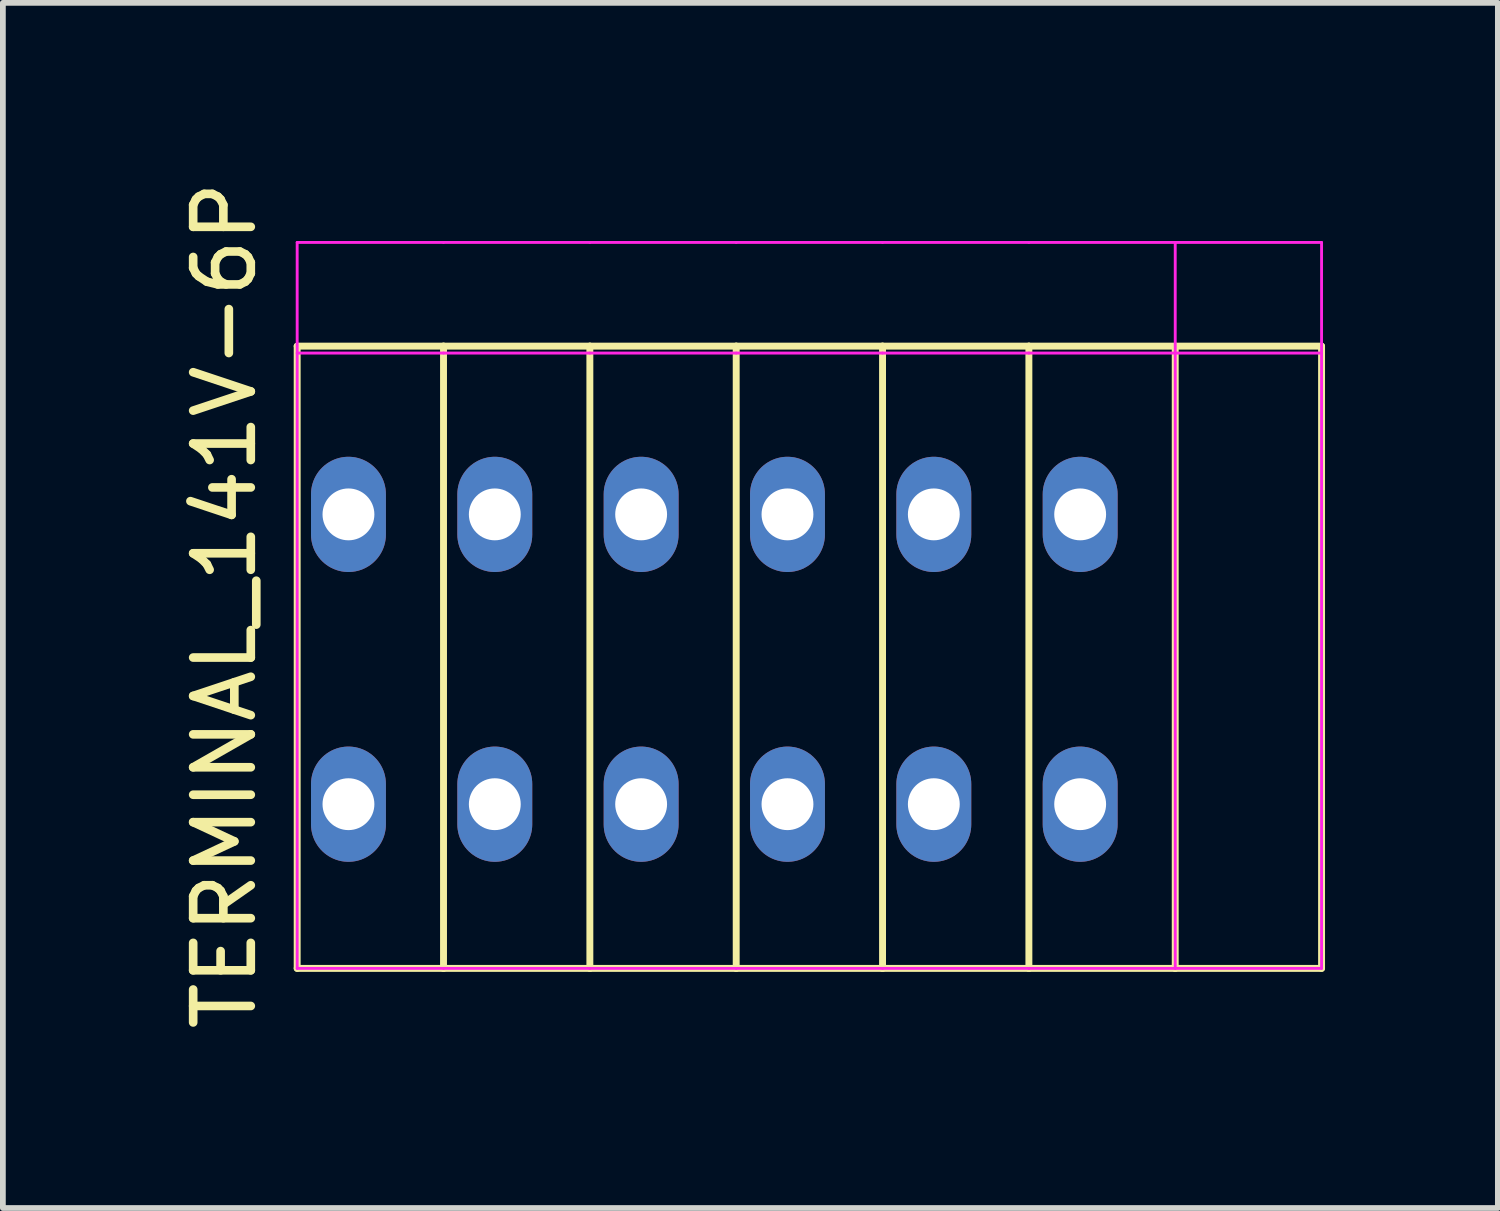
<source format=kicad_pcb>
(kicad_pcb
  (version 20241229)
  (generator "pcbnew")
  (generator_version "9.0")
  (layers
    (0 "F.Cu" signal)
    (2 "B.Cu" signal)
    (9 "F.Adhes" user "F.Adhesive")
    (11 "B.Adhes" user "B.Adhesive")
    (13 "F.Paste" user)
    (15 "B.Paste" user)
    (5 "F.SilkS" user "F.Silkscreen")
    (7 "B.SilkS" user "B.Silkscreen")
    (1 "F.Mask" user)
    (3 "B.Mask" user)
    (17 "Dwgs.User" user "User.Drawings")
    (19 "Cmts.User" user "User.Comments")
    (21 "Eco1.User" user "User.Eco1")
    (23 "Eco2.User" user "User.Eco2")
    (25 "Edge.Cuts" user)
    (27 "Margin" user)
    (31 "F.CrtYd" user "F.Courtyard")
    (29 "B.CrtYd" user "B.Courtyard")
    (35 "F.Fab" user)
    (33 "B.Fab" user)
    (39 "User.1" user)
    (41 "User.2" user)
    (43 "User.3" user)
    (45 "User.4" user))
  (footprint "TERMINAL_141V-6P"
    (layer "F.Cu")
    (at 2.998 10.958)
    (property "Reference" "TERMINAL_141V-6P" (at -2.15 -3.5 90) (layer "F.SilkS") (effects (font (size 1 1) (thickness 0.15))))
    (attr through_hole)
    (fp_line (start -0.89 -8) (end 1.65 -8) (stroke (width 0.12) (type solid)) (layer "F.SilkS"))
    (fp_line (start -0.89 2.8) (end -0.89 -8) (stroke (width 0.12) (type solid)) (layer "F.SilkS"))
    (fp_line (start -0.89 2.8) (end 1.65 2.8) (stroke (width 0.12) (type solid)) (layer "F.SilkS"))
    (fp_line (start 1.65 -8) (end 4.19 -8) (stroke (width 0.12) (type solid)) (layer "F.SilkS"))
    (fp_line (start 1.65 2.8) (end 1.65 -8) (stroke (width 0.12) (type solid)) (layer "F.SilkS"))
    (fp_line (start 1.65 2.8) (end 4.19 2.8) (stroke (width 0.12) (type solid)) (layer "F.SilkS"))
    (fp_line (start 4.19 -8) (end 6.73 -8) (stroke (width 0.12) (type solid)) (layer "F.SilkS"))
    (fp_line (start 4.19 2.8) (end 4.19 -8) (stroke (width 0.12) (type solid)) (layer "F.SilkS"))
    (fp_line (start 4.19 2.8) (end 6.73 2.8) (stroke (width 0.12) (type solid)) (layer "F.SilkS"))
    (fp_line (start 6.73 -8) (end 9.27 -8) (stroke (width 0.12) (type solid)) (layer "F.SilkS"))
    (fp_line (start 6.73 2.8) (end 6.73 -8) (stroke (width 0.12) (type solid)) (layer "F.SilkS"))
    (fp_line (start 6.73 2.8) (end 9.27 2.8) (stroke (width 0.12) (type solid)) (layer "F.SilkS"))
    (fp_line (start 9.27 -8) (end 11.81 -8) (stroke (width 0.12) (type solid)) (layer "F.SilkS"))
    (fp_line (start 9.27 2.8) (end 9.27 -8) (stroke (width 0.12) (type solid)) (layer "F.SilkS"))
    (fp_line (start 9.27 2.8) (end 11.81 2.8) (stroke (width 0.12) (type solid)) (layer "F.SilkS"))
    (fp_line (start 11.81 -8) (end 14.35 -8) (stroke (width 0.12) (type solid)) (layer "F.SilkS"))
    (fp_line (start 11.81 2.8) (end 11.81 -8) (stroke (width 0.12) (type solid)) (layer "F.SilkS"))
    (fp_line (start 11.81 2.8) (end 14.35 2.8) (stroke (width 0.12) (type solid)) (layer "F.SilkS"))
    (fp_line (start 14.35 -8) (end 16.89 -8) (stroke (width 0.12) (type solid)) (layer "F.SilkS"))
    (fp_line (start 14.35 2.8) (end 14.35 -8) (stroke (width 0.12) (type solid)) (layer "F.SilkS"))
    (fp_line (start 14.35 2.8) (end 16.89 2.8) (stroke (width 0.12) (type solid)) (layer "F.SilkS"))
    (fp_line (start 16.89 2.8) (end 16.89 -8) (stroke (width 0.12) (type solid)) (layer "F.SilkS"))
    (fp_line (start -0.89 -9.8) (end 1.65 -9.8) (stroke (width 0.05) (type solid)) (layer "F.CrtYd"))
    (fp_line (start -0.89 -7.88) (end 1.65 -7.88) (stroke (width 0.05) (type solid)) (layer "F.CrtYd"))
    (fp_line (start -0.89 2.8) (end -0.89 -9.8) (stroke (width 0.05) (type solid)) (layer "F.CrtYd"))
    (fp_line (start -0.89 2.8) (end 1.65 2.8) (stroke (width 0.05) (type solid)) (layer "F.CrtYd"))
    (fp_line (start 1.65 -9.8) (end 4.19 -9.8) (stroke (width 0.05) (type solid)) (layer "F.CrtYd"))
    (fp_line (start 1.65 -7.88) (end 4.19 -7.88) (stroke (width 0.05) (type solid)) (layer "F.CrtYd"))
    (fp_line (start 1.65 2.8) (end 4.19 2.8) (stroke (width 0.05) (type solid)) (layer "F.CrtYd"))
    (fp_line (start 4.19 -9.8) (end 6.73 -9.8) (stroke (width 0.05) (type solid)) (layer "F.CrtYd"))
    (fp_line (start 4.19 -7.88) (end 6.73 -7.88) (stroke (width 0.05) (type solid)) (layer "F.CrtYd"))
    (fp_line (start 4.19 2.8) (end 6.73 2.8) (stroke (width 0.05) (type solid)) (layer "F.CrtYd"))
    (fp_line (start 6.73 -9.8) (end 9.27 -9.8) (stroke (width 0.05) (type solid)) (layer "F.CrtYd"))
    (fp_line (start 6.73 -7.88) (end 9.27 -7.88) (stroke (width 0.05) (type solid)) (layer "F.CrtYd"))
    (fp_line (start 6.73 2.8) (end 9.27 2.8) (stroke (width 0.05) (type solid)) (layer "F.CrtYd"))
    (fp_line (start 9.27 -9.8) (end 11.81 -9.8) (stroke (width 0.05) (type solid)) (layer "F.CrtYd"))
    (fp_line (start 9.27 -7.88) (end 11.81 -7.88) (stroke (width 0.05) (type solid)) (layer "F.CrtYd"))
    (fp_line (start 9.27 2.8) (end 11.81 2.8) (stroke (width 0.05) (type solid)) (layer "F.CrtYd"))
    (fp_line (start 11.81 -9.8) (end 14.35 -9.8) (stroke (width 0.05) (type solid)) (layer "F.CrtYd"))
    (fp_line (start 11.81 -7.88) (end 14.35 -7.88) (stroke (width 0.05) (type solid)) (layer "F.CrtYd"))
    (fp_line (start 11.81 2.8) (end 14.35 2.8) (stroke (width 0.05) (type solid)) (layer "F.CrtYd"))
    (fp_line (start 14.35 -9.8) (end 16.89 -9.8) (stroke (width 0.05) (type solid)) (layer "F.CrtYd"))
    (fp_line (start 14.35 -7.88) (end 16.89 -7.88) (stroke (width 0.05) (type solid)) (layer "F.CrtYd"))
    (fp_line (start 14.35 2.8) (end 14.35 -9.8) (stroke (width 0.05) (type solid)) (layer "F.CrtYd"))
    (fp_line (start 14.35 2.8) (end 16.89 2.8) (stroke (width 0.05) (type solid)) (layer "F.CrtYd"))
    (fp_line (start 16.89 2.8) (end 16.89 -9.8) (stroke (width 0.05) (type solid)) (layer "F.CrtYd"))
    (pad "1A" thru_hole oval (at 0 -0.05) (size 1.3 2) (drill 0.9) (layers "*.Cu" "*.Mask"))
    (pad "1B" thru_hole oval (at 0 -5.08) (size 1.3 2) (drill 0.9) (layers "*.Cu" "*.Mask"))
    (pad "2A" thru_hole oval (at 2.54 -0.05) (size 1.3 2) (drill 0.9) (layers "*.Cu" "*.Mask"))
    (pad "2B" thru_hole oval (at 2.54 -5.08) (size 1.3 2) (drill 0.9) (layers "*.Cu" "*.Mask"))
    (pad "3A" thru_hole oval (at 5.08 -0.05) (size 1.3 2) (drill 0.9) (layers "*.Cu" "*.Mask"))
    (pad "3B" thru_hole oval (at 5.08 -5.08) (size 1.3 2) (drill 0.9) (layers "*.Cu" "*.Mask"))
    (pad "4A" thru_hole oval (at 7.62 -0.05) (size 1.3 2) (drill 0.9) (layers "*.Cu" "*.Mask"))
    (pad "4B" thru_hole oval (at 7.62 -5.08) (size 1.3 2) (drill 0.9) (layers "*.Cu" "*.Mask"))
    (pad "5A" thru_hole oval (at 10.16 -0.05) (size 1.3 2) (drill 0.9) (layers "*.Cu" "*.Mask"))
    (pad "5B" thru_hole oval (at 10.16 -5.08) (size 1.3 2) (drill 0.9) (layers "*.Cu" "*.Mask"))
    (pad "6A" thru_hole oval (at 12.7 -0.05) (size 1.3 2) (drill 0.9) (layers "*.Cu" "*.Mask"))
    (pad "6B" thru_hole oval (at 12.7 -5.08) (size 1.3 2) (drill 0.9) (layers "*.Cu" "*.Mask")))
  (gr_rect
    (start -3 -3)
    (end 22.948 17.917)
    (stroke (width 0.1) (type default))
    (fill no)
    (layer "Edge.Cuts")))
</source>
